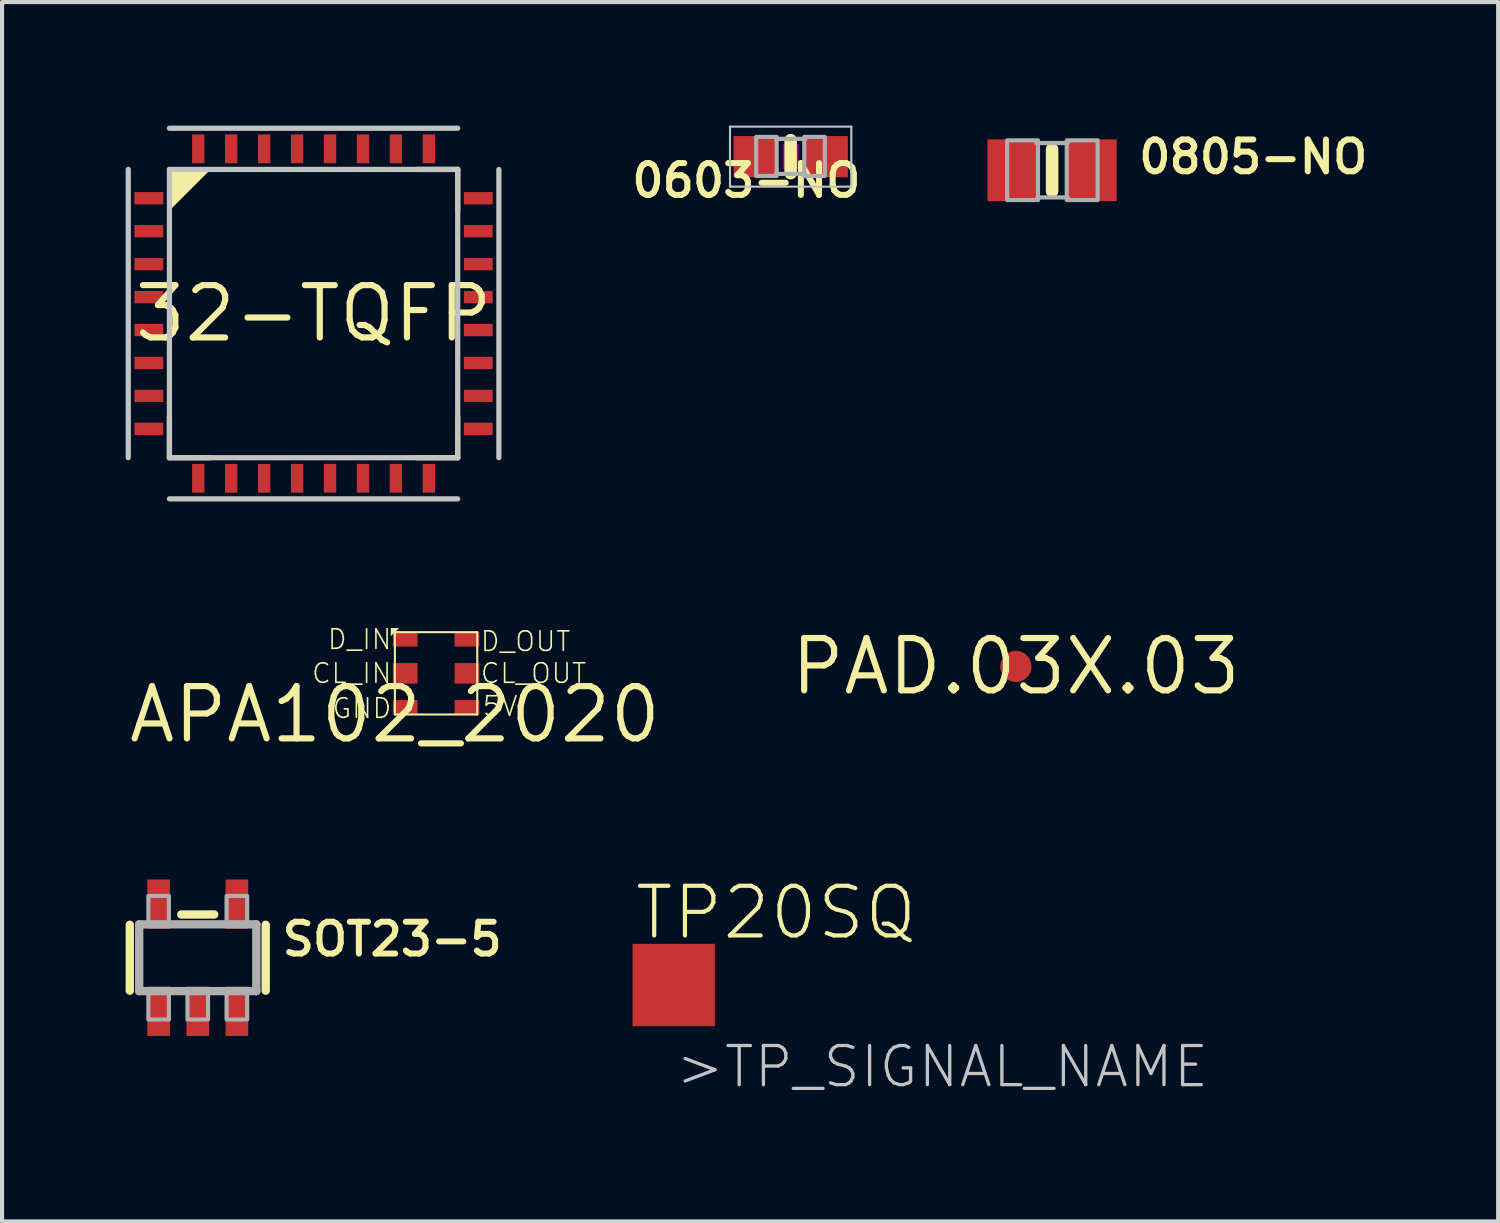
<source format=kicad_pcb>
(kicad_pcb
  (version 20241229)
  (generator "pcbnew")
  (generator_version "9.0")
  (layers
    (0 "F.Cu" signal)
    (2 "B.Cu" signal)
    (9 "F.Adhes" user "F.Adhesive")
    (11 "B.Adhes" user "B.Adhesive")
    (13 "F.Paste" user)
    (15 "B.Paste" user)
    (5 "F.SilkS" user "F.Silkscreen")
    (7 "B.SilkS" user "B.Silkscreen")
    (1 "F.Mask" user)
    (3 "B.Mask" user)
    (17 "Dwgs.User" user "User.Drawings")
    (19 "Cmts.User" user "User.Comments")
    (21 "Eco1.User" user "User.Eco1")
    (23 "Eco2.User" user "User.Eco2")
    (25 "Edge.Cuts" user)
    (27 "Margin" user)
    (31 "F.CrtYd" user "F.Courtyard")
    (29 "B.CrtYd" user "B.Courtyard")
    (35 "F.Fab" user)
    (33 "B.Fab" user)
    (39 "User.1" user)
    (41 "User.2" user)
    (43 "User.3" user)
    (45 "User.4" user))
  (footprint "32-TQFP"
    (layer "F.Cu")
    (at 4.564 4.564)
    (property "Reference" "32-TQFP" (at 0 0 0) (layer "F.SilkS") (effects (font (size 1.27 1.27) (thickness 0.15))))
    (attr through_hole)
    (fp_line (start -3.5 2.5) (end -3.5 3.5) (stroke (width 0.127) (type solid)) (layer "F.SilkS"))
    (fp_line (start -3.5 3.5) (end -2.5 3.5) (stroke (width 0.127) (type solid)) (layer "F.SilkS"))
    (fp_line (start 2.5 -3.5) (end 3.5 -3.5) (stroke (width 0.127) (type solid)) (layer "F.SilkS"))
    (fp_line (start 2.5 3.5) (end 3.5 3.5) (stroke (width 0.127) (type solid)) (layer "F.SilkS"))
    (fp_line (start 3.5 -3.5) (end 3.5 -2.5) (stroke (width 0.127) (type solid)) (layer "F.SilkS"))
    (fp_line (start 3.5 3.5) (end 3.5 2.5) (stroke (width 0.127) (type solid)) (layer "F.SilkS"))
    (fp_poly (pts (xy -3.5 -3.5) (xy -3.5 -2.5) (xy -2.5 -3.5)) (stroke (width 0) (type solid)) (fill yes) (layer "F.SilkS"))
    (fp_line (start -4.5 -3.5) (end -4.5 3.5) (stroke (width 0.127) (type solid)) (layer "Dwgs.User"))
    (fp_line (start -3.5 -4.5) (end 3.5 -4.5) (stroke (width 0.127) (type solid)) (layer "Dwgs.User"))
    (fp_line (start -3.5 -3.5) (end -3.5 3.5) (stroke (width 0.127) (type solid)) (layer "Dwgs.User"))
    (fp_line (start -3.5 -3.5) (end 3.5 -3.5) (stroke (width 0.127) (type solid)) (layer "Dwgs.User"))
    (fp_line (start -3.5 3.5) (end 3.5 3.5) (stroke (width 0.127) (type solid)) (layer "Dwgs.User"))
    (fp_line (start -3.5 4.5) (end 3.5 4.5) (stroke (width 0.127) (type solid)) (layer "Dwgs.User"))
    (fp_line (start 3.5 -3.5) (end 3.5 3.5) (stroke (width 0.127) (type solid)) (layer "Dwgs.User"))
    (fp_line (start 4.5 -3.5) (end 4.5 3.5) (stroke (width 0.127) (type solid)) (layer "Dwgs.User"))
    (pad "1" smd rect (at -4 -2.8) (size 0.7 0.3) (layers "F.Cu" "F.Mask" "F.Paste"))
    (pad "2" smd rect (at -4 -2) (size 0.7 0.3) (layers "F.Cu" "F.Mask" "F.Paste"))
    (pad "3" smd rect (at -4 -1.2) (size 0.7 0.3) (layers "F.Cu" "F.Mask" "F.Paste"))
    (pad "4" smd rect (at -4 -0.4) (size 0.7 0.3) (layers "F.Cu" "F.Mask" "F.Paste"))
    (pad "5" smd rect (at -4 0.4) (size 0.7 0.3) (layers "F.Cu" "F.Mask" "F.Paste"))
    (pad "6" smd rect (at -4 1.2) (size 0.7 0.3) (layers "F.Cu" "F.Mask" "F.Paste"))
    (pad "7" smd rect (at -4 2) (size 0.7 0.3) (layers "F.Cu" "F.Mask" "F.Paste"))
    (pad "8" smd rect (at -4 2.8) (size 0.7 0.3) (layers "F.Cu" "F.Mask" "F.Paste"))
    (pad "9" smd rect (at -2.8 4 90) (size 0.7 0.3) (layers "F.Cu" "F.Mask" "F.Paste"))
    (pad "10" smd rect (at -2 4 90) (size 0.7 0.3) (layers "F.Cu" "F.Mask" "F.Paste"))
    (pad "11" smd rect (at -1.2 4 90) (size 0.7 0.3) (layers "F.Cu" "F.Mask" "F.Paste"))
    (pad "12" smd rect (at -0.4 4 90) (size 0.7 0.3) (layers "F.Cu" "F.Mask" "F.Paste"))
    (pad "13" smd rect (at 0.4 4 90) (size 0.7 0.3) (layers "F.Cu" "F.Mask" "F.Paste"))
    (pad "14" smd rect (at 1.2 4 90) (size 0.7 0.3) (layers "F.Cu" "F.Mask" "F.Paste"))
    (pad "15" smd rect (at 2 4 90) (size 0.7 0.3) (layers "F.Cu" "F.Mask" "F.Paste"))
    (pad "16" smd rect (at 2.8 4 90) (size 0.7 0.3) (layers "F.Cu" "F.Mask" "F.Paste"))
    (pad "17" smd rect (at 4 2.8 180) (size 0.7 0.3) (layers "F.Cu" "F.Mask" "F.Paste"))
    (pad "18" smd rect (at 4 2 180) (size 0.7 0.3) (layers "F.Cu" "F.Mask" "F.Paste"))
    (pad "19" smd rect (at 4 1.2 180) (size 0.7 0.3) (layers "F.Cu" "F.Mask" "F.Paste"))
    (pad "20" smd rect (at 4 0.4 180) (size 0.7 0.3) (layers "F.Cu" "F.Mask" "F.Paste"))
    (pad "21" smd rect (at 4 -0.4 180) (size 0.7 0.3) (layers "F.Cu" "F.Mask" "F.Paste"))
    (pad "22" smd rect (at 4 -1.2 180) (size 0.7 0.3) (layers "F.Cu" "F.Mask" "F.Paste"))
    (pad "23" smd rect (at 4 -2 180) (size 0.7 0.3) (layers "F.Cu" "F.Mask" "F.Paste"))
    (pad "24" smd rect (at 4 -2.8 180) (size 0.7 0.3) (layers "F.Cu" "F.Mask" "F.Paste"))
    (pad "25" smd rect (at 2.8 -4 270) (size 0.7 0.3) (layers "F.Cu" "F.Mask" "F.Paste"))
    (pad "26" smd rect (at 2 -4 270) (size 0.7 0.3) (layers "F.Cu" "F.Mask" "F.Paste"))
    (pad "27" smd rect (at 1.2 -4 270) (size 0.7 0.3) (layers "F.Cu" "F.Mask" "F.Paste"))
    (pad "28" smd rect (at 0.4 -4 270) (size 0.7 0.3) (layers "F.Cu" "F.Mask" "F.Paste"))
    (pad "29" smd rect (at -0.4 -4 270) (size 0.7 0.3) (layers "F.Cu" "F.Mask" "F.Paste"))
    (pad "30" smd rect (at -1.2 -4 270) (size 0.7 0.3) (layers "F.Cu" "F.Mask" "F.Paste"))
    (pad "31" smd rect (at -2 -4 270) (size 0.7 0.3) (layers "F.Cu" "F.Mask" "F.Paste"))
    (pad "32" smd rect (at -2.8 -4 270) (size 0.7 0.3) (layers "F.Cu" "F.Mask" "F.Paste")))
  (footprint "0603-NO"
    (layer "F.Cu")
    (at 16.149 0.754)
    (property "Reference" "0603-NO" (at 1.778 0.127 0) (layer "F.SilkS") (effects (font (size 0.772 0.772) (thickness 0.146)) (justify right top)))
    (attr through_hole)
    (fp_line (start 0 -0.4) (end 0 0.4) (stroke (width 0.305) (type solid)) (layer "F.SilkS"))
    (fp_poly (pts (xy -0.2 0.3) (xy 0.2 0.3) (xy 0.2 -0.3) (xy -0.2 -0.3)) (stroke (width 0) (type solid)) (fill yes) (layer "F.Adhes"))
    (fp_line (start -1.473 -0.729) (end 1.473 -0.729) (stroke (width 0.051) (type solid)) (layer "Dwgs.User"))
    (fp_line (start -1.473 0.729) (end -1.473 -0.729) (stroke (width 0.051) (type solid)) (layer "Dwgs.User"))
    (fp_line (start 1.473 -0.729) (end 1.473 0.729) (stroke (width 0.051) (type solid)) (layer "Dwgs.User"))
    (fp_line (start 1.473 0.729) (end -1.473 0.729) (stroke (width 0.051) (type solid)) (layer "Dwgs.User"))
    (fp_line (start -0.356 -0.432) (end 0.356 -0.432) (stroke (width 0.102) (type solid)) (layer "F.Fab"))
    (fp_line (start -0.356 0.419) (end 0.356 0.419) (stroke (width 0.102) (type solid)) (layer "F.Fab"))
    (fp_poly (pts (xy -0.838 0.47) (xy -0.338 0.47) (xy -0.338 -0.48) (xy -0.838 -0.48)) (stroke (width 0.1) (type solid)) (fill no) (layer "F.Fab"))
    (fp_poly (pts (xy 0.33 0.47) (xy 0.83 0.47) (xy 0.83 -0.48) (xy 0.33 -0.48)) (stroke (width 0.1) (type solid)) (fill no) (layer "F.Fab"))
    (pad "1" smd rect (at -0.85 0) (size 1.075 1) (layers "F.Cu" "F.Mask" "F.Paste"))
    (pad "2" smd rect (at 0.85 0) (size 1.075 1) (layers "F.Cu" "F.Mask" "F.Paste")))
  (footprint "TP20SQ"
    (layer "F.Cu")
    (at 13.309 20.868)
    (property "Reference" "TP20SQ" (at -1 -1.05 0) (layer "F.SilkS") (effects (font (size 1.206 1.206) (thickness 0.102)) (justify left bottom)))
    (attr through_hole)
    (fp_text user ">TP_SIGNAL_NAME" (at 0 2.54 0) (layer "Dwgs.User") (effects (font (size 0.95 0.95) (thickness 0.08)) (justify left bottom)))
    (pad "TP" smd rect (at 0 0) (size 2 2) (layers "F.Cu" "F.Mask")))
  (footprint "PAD.03X.03"
    (layer "F.Cu")
    (at 21.618 13.133)
    (property "Reference" "PAD.03X.03" (at 0 0 0) (layer "F.SilkS") (effects (font (size 1.27 1.27) (thickness 0.15))))
    (attr through_hole)
    (pad "P$1" smd roundrect (at 0 0) (size 0.762 0.762) (layers "F.Cu" "F.Mask") (roundrect_rratio 0.5)))
  (footprint "0805-NO"
    (layer "F.Cu")
    (at 22.497 1.084)
    (property "Reference" "0805-NO" (at 2.032 0.127 0) (layer "F.SilkS") (effects (font (size 0.772 0.772) (thickness 0.146)) (justify left bottom)))
    (attr through_hole)
    (fp_line (start 0 -0.508) (end 0 0.508) (stroke (width 0.305) (type solid)) (layer "F.SilkS"))
    (fp_line (start -0.381 -0.66) (end 0.381 -0.66) (stroke (width 0.102) (type solid)) (layer "F.Fab"))
    (fp_line (start -0.356 0.66) (end 0.381 0.66) (stroke (width 0.102) (type solid)) (layer "F.Fab"))
    (fp_poly (pts (xy -1.092 0.724) (xy -0.342 0.724) (xy -0.342 -0.726) (xy -1.092 -0.726)) (stroke (width 0.1) (type solid)) (fill no) (layer "F.Fab"))
    (fp_poly (pts (xy 0.356 0.724) (xy 1.106 0.724) (xy 1.106 -0.726) (xy 0.356 -0.726)) (stroke (width 0.1) (type solid)) (fill no) (layer "F.Fab"))
    (pad "1" smd rect (at -0.95 0) (size 1.24 1.5) (layers "F.Cu" "F.Mask" "F.Paste"))
    (pad "2" smd rect (at 0.95 0) (size 1.24 1.5) (layers "F.Cu" "F.Mask" "F.Paste")))
  (footprint "SOT23-5"
    (layer "F.Cu")
    (at 1.752 20.206)
    (property "Reference" "SOT23-5" (at 1.978 0 0) (layer "F.SilkS") (effects (font (size 0.772 0.772) (thickness 0.146)) (justify left bottom)))
    (attr through_hole)
    (fp_line (start -1.65 -0.8) (end -1.65 0.8) (stroke (width 0.203) (type solid)) (layer "F.SilkS"))
    (fp_line (start -0.4 -1.05) (end 0.4 -1.05) (stroke (width 0.203) (type solid)) (layer "F.SilkS"))
    (fp_line (start 1.65 -0.8) (end 1.65 0.8) (stroke (width 0.203) (type solid)) (layer "F.SilkS"))
    (fp_line (start -1.422 -0.81) (end 1.422 -0.81) (stroke (width 0.203) (type solid)) (layer "F.Fab"))
    (fp_line (start -1.422 0.81) (end -1.422 -0.81) (stroke (width 0.203) (type solid)) (layer "F.Fab"))
    (fp_line (start 1.422 -0.81) (end 1.422 0.81) (stroke (width 0.203) (type solid)) (layer "F.Fab"))
    (fp_line (start 1.422 0.81) (end -1.422 0.81) (stroke (width 0.203) (type solid)) (layer "F.Fab"))
    (fp_poly (pts (xy -1.2 -0.85) (xy -0.7 -0.85) (xy -0.7 -1.5) (xy -1.2 -1.5)) (stroke (width 0.1) (type solid)) (fill no) (layer "F.Fab"))
    (fp_poly (pts (xy -1.2 1.5) (xy -0.7 1.5) (xy -0.7 0.85) (xy -1.2 0.85)) (stroke (width 0.1) (type solid)) (fill no) (layer "F.Fab"))
    (fp_poly (pts (xy -0.25 1.5) (xy 0.25 1.5) (xy 0.25 0.85) (xy -0.25 0.85)) (stroke (width 0.1) (type solid)) (fill no) (layer "F.Fab"))
    (fp_poly (pts (xy 0.7 -0.85) (xy 1.2 -0.85) (xy 1.2 -1.5) (xy 0.7 -1.5)) (stroke (width 0.1) (type solid)) (fill no) (layer "F.Fab"))
    (fp_poly (pts (xy 0.7 1.5) (xy 1.2 1.5) (xy 1.2 0.85) (xy 0.7 0.85)) (stroke (width 0.1) (type solid)) (fill no) (layer "F.Fab"))
    (pad "1" smd rect (at -0.95 1.3) (size 0.55 1.2) (layers "F.Cu" "F.Mask" "F.Paste"))
    (pad "2" smd rect (at 0 1.3) (size 0.55 1.2) (layers "F.Cu" "F.Mask" "F.Paste"))
    (pad "3" smd rect (at 0.95 1.3) (size 0.55 1.2) (layers "F.Cu" "F.Mask" "F.Paste"))
    (pad "4" smd rect (at 0.95 -1.3) (size 0.55 1.2) (layers "F.Cu" "F.Mask" "F.Paste"))
    (pad "5" smd rect (at -0.95 -1.3) (size 0.55 1.2) (layers "F.Cu" "F.Mask" "F.Paste")))
  (footprint "APA102_2020"
    (layer "F.Cu")
    (at 6.539 14.3)
    (property "Reference" "APA102_2020" (at 0 0 0) (layer "F.SilkS") (effects (font (size 1.27 1.27) (thickness 0.15))))
    (attr through_hole)
    (fp_line (start 0 -2) (end 0 0) (stroke (width 0.05) (type solid)) (layer "F.SilkS"))
    (fp_line (start 0 0) (end 2 0) (stroke (width 0.05) (type solid)) (layer "F.SilkS"))
    (fp_line (start 2 -2) (end 0 -2) (stroke (width 0.05) (type solid)) (layer "F.SilkS"))
    (fp_line (start 2 0) (end 2 -2) (stroke (width 0.05) (type solid)) (layer "F.SilkS"))
    (fp_poly (pts (xy 0.1 -2.1) (xy -0.1 -1.9) (xy -0.1 -2.1)) (stroke (width 0) (type solid)) (fill yes) (layer "F.SilkS"))
    (fp_text user "5V" (at 2.1 -0.2 0) (layer "F.SilkS") (effects (font (size 0.475 0.475) (thickness 0.04)) (justify left)))
    (fp_text user "D_IN" (at -0.05 -1.825 0) (layer "F.SilkS") (effects (font (size 0.475 0.475) (thickness 0.04)) (justify right)))
    (fp_text user "CL_OUT" (at 2.05 -1 0) (layer "F.SilkS") (effects (font (size 0.475 0.475) (thickness 0.04)) (justify left)))
    (fp_text user "CL_IN" (at -0.05 -1 0) (layer "F.SilkS") (effects (font (size 0.475 0.475) (thickness 0.04)) (justify right)))
    (fp_text user "GND" (at -0.05 -0.15 0) (layer "F.SilkS") (effects (font (size 0.475 0.475) (thickness 0.04)) (justify right)))
    (fp_text user "D_OUT" (at 2.05 -1.775 0) (layer "F.SilkS") (effects (font (size 0.475 0.475) (thickness 0.04)) (justify left)))
    (pad "CL_OUT" smd rect (at 1.75 -1) (size 0.6 0.5) (layers "F.Cu" "F.Mask" "F.Paste"))
    (pad "C_IN" smd rect (at 0.25 -1) (size 0.6 0.5) (layers "F.Cu" "F.Mask" "F.Paste"))
    (pad "D_IN" smd rect (at 0.25 -1.825) (size 0.6 0.35) (layers "F.Cu" "F.Mask" "F.Paste"))
    (pad "D_OUT" smd rect (at 1.75 -1.825) (size 0.6 0.35) (layers "F.Cu" "F.Mask" "F.Paste"))
    (pad "GND" smd rect (at 0.25 -0.175) (size 0.6 0.35) (layers "F.Cu" "F.Mask" "F.Paste"))
    (pad "V_CC" smd rect (at 1.75 -0.175) (size 0.6 0.35) (layers "F.Cu" "F.Mask" "F.Paste")))
  (gr_rect
    (start -3 -3)
    (end 33.329 26.61)
    (stroke (width 0.1) (type default))
    (fill no)
    (layer "Edge.Cuts")))
</source>
